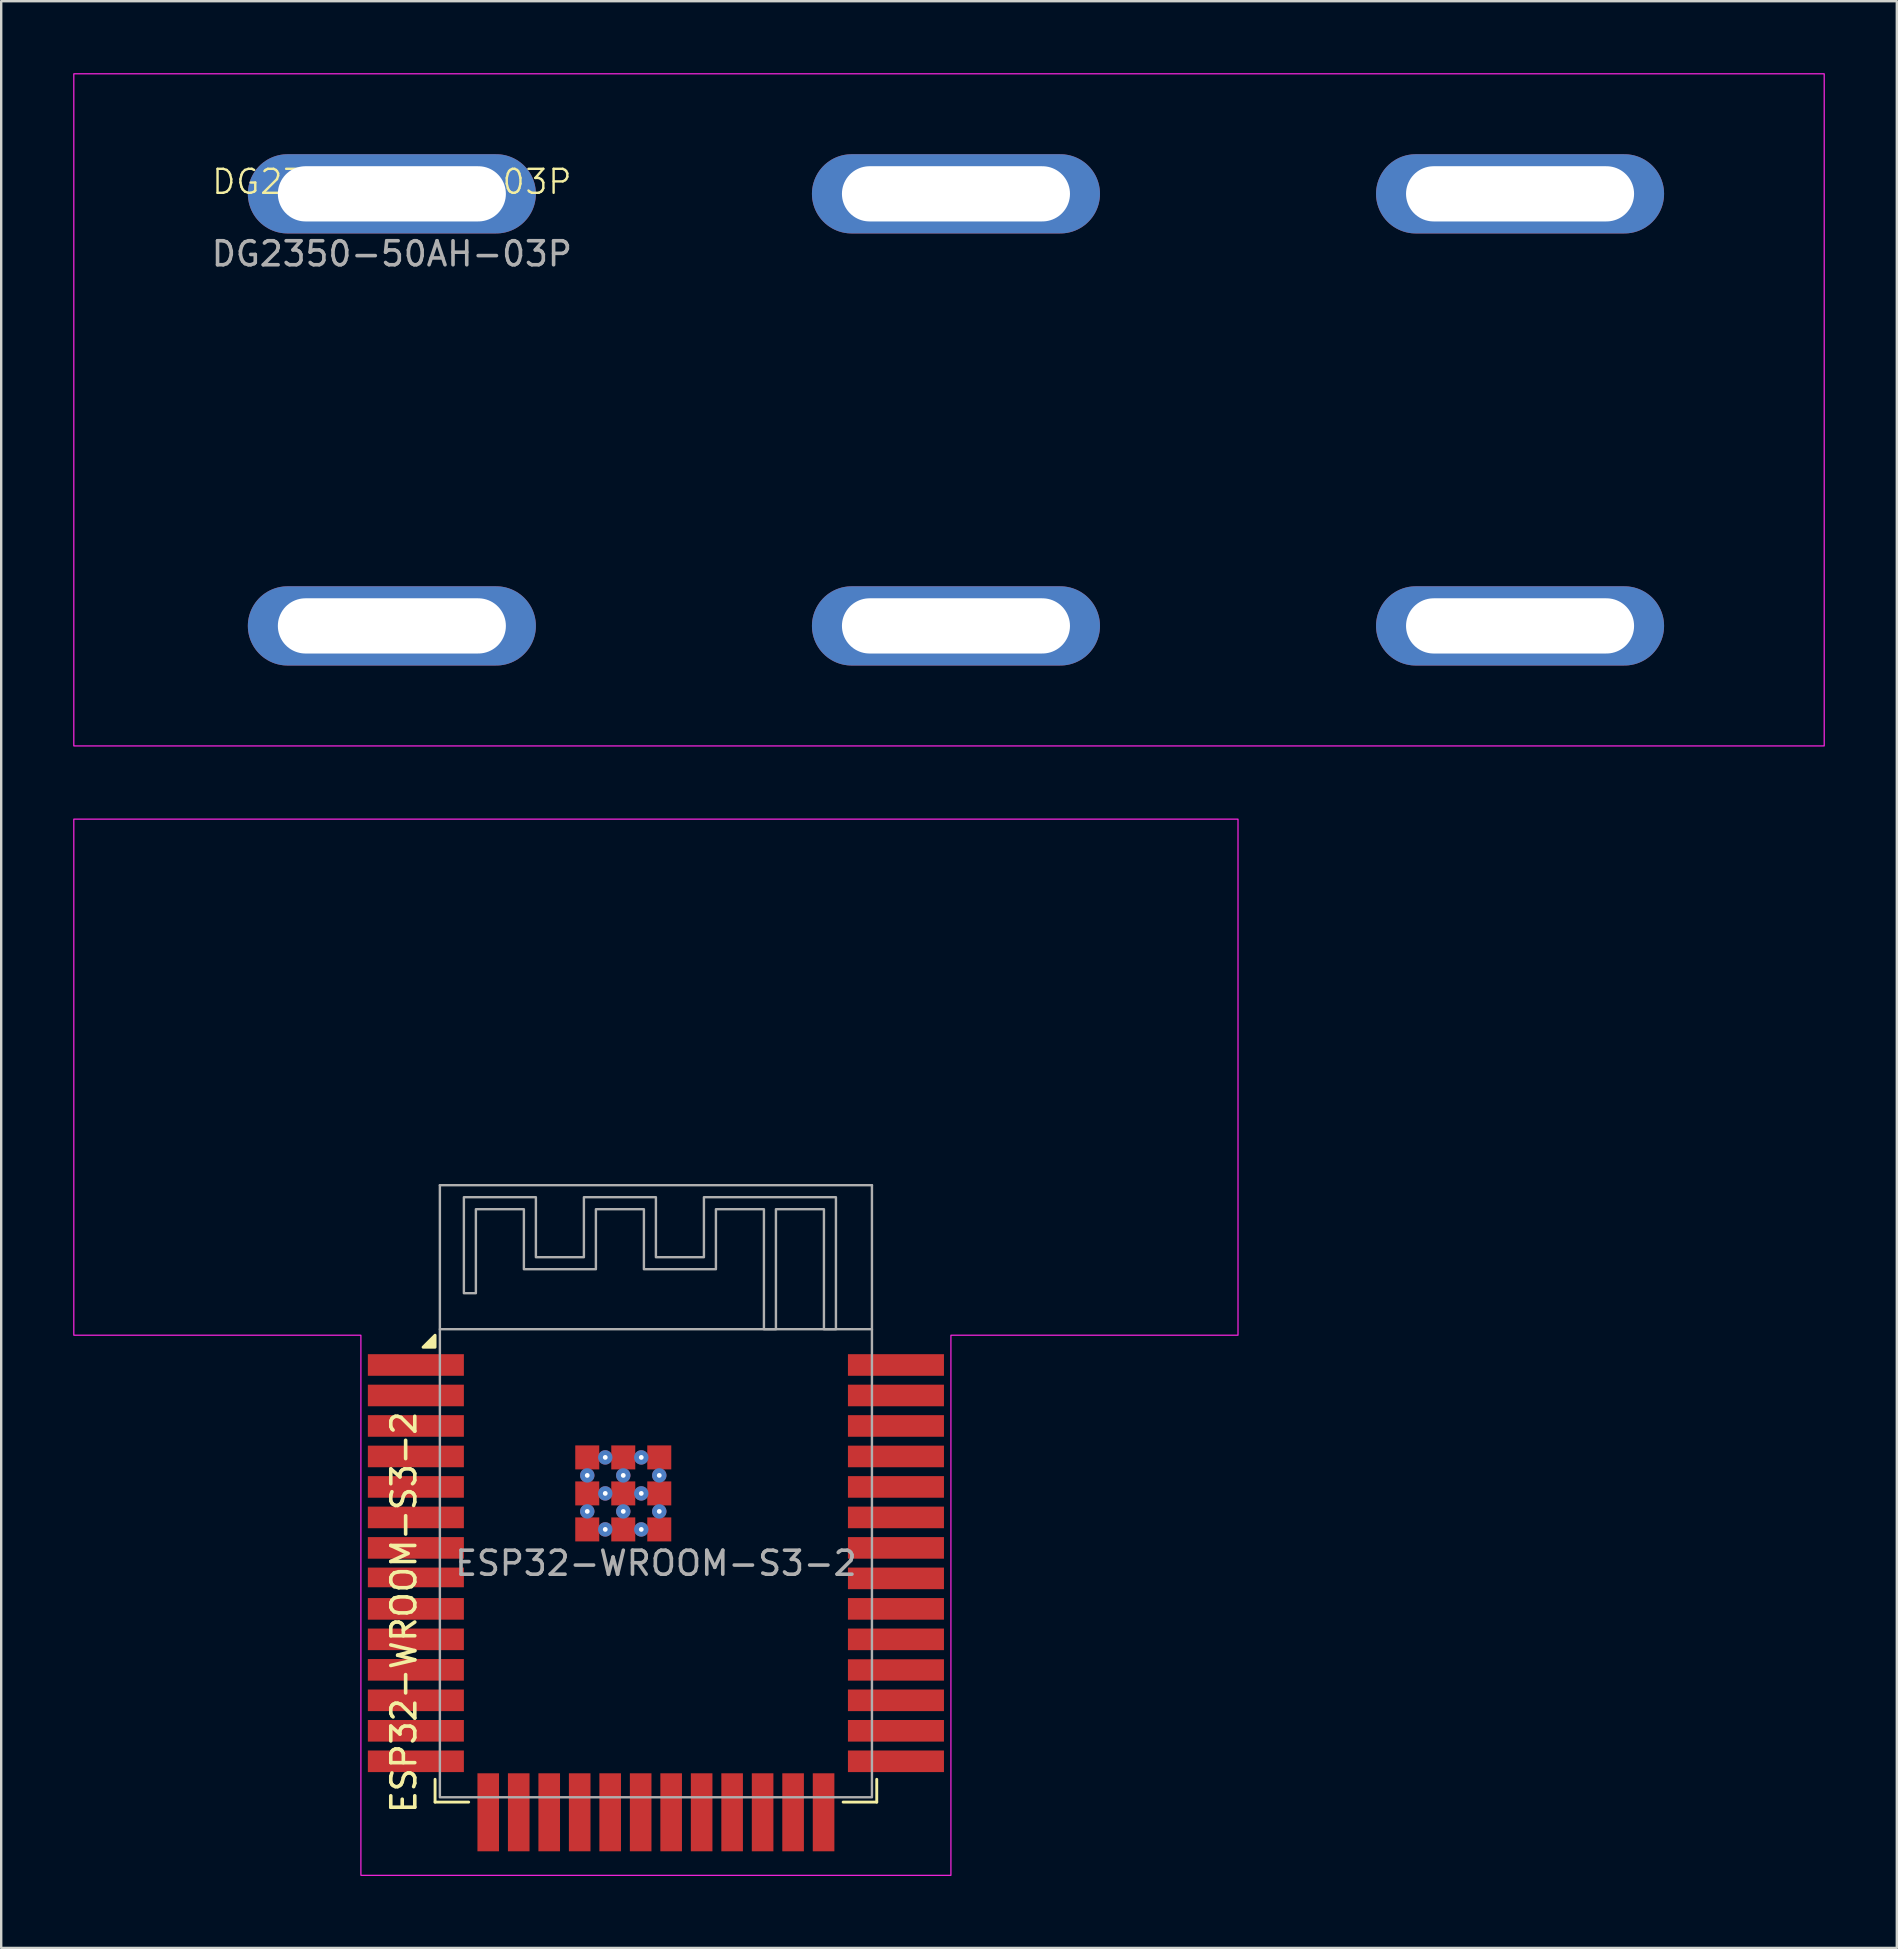
<source format=kicad_pcb>
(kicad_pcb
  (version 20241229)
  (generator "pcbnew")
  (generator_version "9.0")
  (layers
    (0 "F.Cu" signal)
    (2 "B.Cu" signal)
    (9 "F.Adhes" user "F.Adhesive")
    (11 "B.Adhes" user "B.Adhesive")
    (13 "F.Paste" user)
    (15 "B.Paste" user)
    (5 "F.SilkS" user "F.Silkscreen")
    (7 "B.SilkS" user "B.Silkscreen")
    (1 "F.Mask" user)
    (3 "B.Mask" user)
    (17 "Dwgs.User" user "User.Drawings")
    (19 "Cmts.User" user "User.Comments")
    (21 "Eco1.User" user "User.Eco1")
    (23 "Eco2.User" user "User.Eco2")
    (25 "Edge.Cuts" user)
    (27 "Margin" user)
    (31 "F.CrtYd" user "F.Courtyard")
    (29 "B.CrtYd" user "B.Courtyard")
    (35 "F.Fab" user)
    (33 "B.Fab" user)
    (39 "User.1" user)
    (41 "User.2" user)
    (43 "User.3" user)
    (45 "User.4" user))
  (footprint "DG2350-50AH-03P"
    (layer "F.Cu")
    (at 13.275 5.025)
    (property "Reference" "DG2350-50AH-03P" (at 0 -0.5 0) (unlocked yes) (layer "F.SilkS") (effects (font (size 1 1) (thickness 0.1))))
    (attr through_hole)
    (fp_rect (start -13.25 -5) (end 59.671 23) (stroke (width 0.05) (type default)) (fill no) (layer "F.CrtYd"))
    (fp_text user "${REFERENCE}" (at 0 2.5 0) (unlocked yes) (layer "F.Fab") (effects (font (size 1 1) (thickness 0.15))))
    (pad "1" thru_hole oval (at 0 0) (size 12 3.3) (drill oval 9.5 2.3) (layers "*.Cu" "*.Mask"))
    (pad "2" thru_hole oval (at 23.5 0) (size 12 3.3) (drill oval 9.5 2.3) (layers "*.Cu" "*.Mask"))
    (pad "3" thru_hole oval (at 47 0) (size 12 3.3) (drill oval 9.5 2.3) (layers "*.Cu" "*.Mask"))
    (pad "5" thru_hole oval (at 0 18) (size 12 3.3) (drill oval 9.5 2.3) (layers "*.Cu" "*.Mask"))
    (pad "6" thru_hole oval (at 23.5 18) (size 12 3.3) (drill oval 9.5 2.3) (layers "*.Cu" "*.Mask"))
    (pad "7" thru_hole oval (at 47 18) (size 12 3.3) (drill oval 9.5 2.3) (layers "*.Cu" "*.Mask")))
  (footprint "ESP32-WROOM-S3-2"
    (layer "F.Cu")
    (at 24.275 59.075)
    (property "Reference" "ESP32-WROOM-S3-2" (at -10.5 13.5 90) (layer "F.SilkS") (effects (font (size 1 1) (thickness 0.15)) (justify left)))
    (attr smd)
    (fp_line (start -9.2 12.95) (end -9.2 12) (stroke (width 0.12) (type solid)) (layer "F.SilkS"))
    (fp_line (start -7.8 12.95) (end -9.2 12.95) (stroke (width 0.12) (type solid)) (layer "F.SilkS"))
    (fp_line (start 7.8 12.95) (end 9.2 12.95) (stroke (width 0.12) (type solid)) (layer "F.SilkS"))
    (fp_line (start 9.2 12.95) (end 9.2 12) (stroke (width 0.12) (type solid)) (layer "F.SilkS"))
    (fp_poly (pts (xy -9.2 -6) (xy -9.7 -6) (xy -9.2 -6.5) (xy -9.2 -6)) (stroke (width 0.12) (type solid)) (fill yes) (layer "F.SilkS"))
    (fp_poly (pts (xy -24.25 -28) (xy 24.25 -28) (xy 24.25 -6.5) (xy 12.29 -6.5) (xy 12.29 16) (xy -12.29 16) (xy -12.29 -6.5) (xy -24.25 -6.5)) (stroke (width 0.05) (type solid)) (fill no) (layer "F.CrtYd"))
    (fp_line (start -9 -12.75) (end 9 -12.75) (stroke (width 0.1) (type solid)) (layer "F.Fab"))
    (fp_line (start -9 -6.75) (end -9 -12.75) (stroke (width 0.1) (type solid)) (layer "F.Fab"))
    (fp_line (start 9 -12.75) (end 9 -6.75) (stroke (width 0.1) (type solid)) (layer "F.Fab"))
    (fp_rect (start -9 -6.75) (end 9 12.75) (stroke (width 0.1) (type solid)) (fill no) (layer "F.Fab"))
    (fp_poly (pts (xy -5 -9.75) (xy -3 -9.75) (xy -3 -12.25) (xy 0 -12.25) (xy 0 -9.75) (xy 2 -9.75) (xy 2 -12.25) (xy 7.5 -12.25) (xy 7.5 -6.75) (xy 7 -6.75) (xy 7 -11.75) (xy 5 -11.75) (xy 5 -6.75) (xy 4.5 -6.75) (xy 4.5 -11.75) (xy 2.5 -11.75) (xy 2.5 -9.25) (xy -0.5 -9.25) (xy -0.5 -11.75) (xy -2.5 -11.75) (xy -2.5 -9.25) (xy -5.5 -9.25) (xy -5.5 -11.75) (xy -7.5 -11.75) (xy -7.5 -8.25) (xy -8 -8.25) (xy -8 -12.25) (xy -5 -12.25)) (stroke (width 0.1) (type solid)) (fill no) (layer "F.Fab"))
    (fp_text user "${REFERENCE}" (at 0 3 0) (layer "F.Fab") (effects (font (size 1 1) (thickness 0.15))))
    (pad "1" smd rect (at -10 -5.26) (size 4 0.9) (layers "F.Cu" "F.Mask" "F.Paste"))
    (pad "2" smd rect (at -10 -3.99) (size 4 0.9) (layers "F.Cu" "F.Mask" "F.Paste"))
    (pad "3" smd rect (at -10 -2.72) (size 4 0.9) (layers "F.Cu" "F.Mask" "F.Paste"))
    (pad "4" smd rect (at -10 -1.45) (size 4 0.9) (layers "F.Cu" "F.Mask" "F.Paste"))
    (pad "5" smd rect (at -10 -0.18) (size 4 0.9) (layers "F.Cu" "F.Mask" "F.Paste"))
    (pad "6" smd rect (at -10 1.09) (size 4 0.9) (layers "F.Cu" "F.Mask" "F.Paste"))
    (pad "7" smd rect (at -10 2.36) (size 4 0.9) (layers "F.Cu" "F.Mask" "F.Paste"))
    (pad "8" smd rect (at -10 3.59) (size 4 0.82) (layers "F.Cu" "F.Mask" "F.Paste"))
    (pad "9" smd rect (at -10 4.9) (size 4 0.9) (layers "F.Cu" "F.Mask" "F.Paste"))
    (pad "10" smd rect (at -10 6.17) (size 4 0.9) (layers "F.Cu" "F.Mask" "F.Paste"))
    (pad "11" smd rect (at -10 7.44) (size 4 0.9) (layers "F.Cu" "F.Mask" "F.Paste"))
    (pad "12" smd rect (at -10 8.71) (size 4 0.9) (layers "F.Cu" "F.Mask" "F.Paste"))
    (pad "13" smd rect (at -10 9.98) (size 4 0.9) (layers "F.Cu" "F.Mask" "F.Paste"))
    (pad "14" smd rect (at -10 11.25) (size 4 0.9) (layers "F.Cu" "F.Mask" "F.Paste"))
    (pad "15" smd rect (at -6.985 13.375 90) (size 3.25 0.9) (layers "F.Cu" "F.Mask" "F.Paste"))
    (pad "16" smd rect (at -5.715 13.375 90) (size 3.25 0.9) (layers "F.Cu" "F.Mask" "F.Paste"))
    (pad "17" smd rect (at -4.445 13.375 90) (size 3.25 0.9) (layers "F.Cu" "F.Mask" "F.Paste"))
    (pad "18" smd rect (at -3.175 13.375 90) (size 3.25 0.9) (layers "F.Cu" "F.Mask" "F.Paste"))
    (pad "19" smd rect (at -1.905 13.375 90) (size 3.25 0.9) (layers "F.Cu" "F.Mask" "F.Paste"))
    (pad "20" smd rect (at -0.635 13.375 90) (size 3.25 0.9) (layers "F.Cu" "F.Mask" "F.Paste"))
    (pad "21" smd rect (at 0.635 13.375 90) (size 3.25 0.9) (layers "F.Cu" "F.Mask" "F.Paste"))
    (pad "22" smd rect (at 1.905 13.375 90) (size 3.25 0.9) (layers "F.Cu" "F.Mask" "F.Paste"))
    (pad "23" smd rect (at 3.175 13.375 90) (size 3.25 0.9) (layers "F.Cu" "F.Mask" "F.Paste"))
    (pad "24" smd rect (at 4.445 13.375 90) (size 3.25 0.9) (layers "F.Cu" "F.Mask" "F.Paste"))
    (pad "25" smd rect (at 5.715 13.375 90) (size 3.25 0.9) (layers "F.Cu" "F.Mask" "F.Paste"))
    (pad "26" smd rect (at 6.985 13.375 90) (size 3.25 0.9) (layers "F.Cu" "F.Mask" "F.Paste"))
    (pad "27" smd rect (at 10 11.25) (size 4 0.9) (layers "F.Cu" "F.Mask" "F.Paste"))
    (pad "28" smd rect (at 10 9.98) (size 4 0.9) (layers "F.Cu" "F.Mask" "F.Paste"))
    (pad "29" smd rect (at 10 8.71) (size 4 0.9) (layers "F.Cu" "F.Mask" "F.Paste"))
    (pad "30" smd rect (at 10 7.445) (size 4 0.89) (layers "F.Cu" "F.Mask" "F.Paste"))
    (pad "31" smd rect (at 10 6.17) (size 4 0.9) (layers "F.Cu" "F.Mask" "F.Paste"))
    (pad "32" smd rect (at 10 4.9) (size 4 0.9) (layers "F.Cu" "F.Mask" "F.Paste"))
    (pad "33" smd rect (at 10 3.63) (size 4 0.9) (layers "F.Cu" "F.Mask" "F.Paste"))
    (pad "34" smd rect (at 10 2.36) (size 4 0.9) (layers "F.Cu" "F.Mask" "F.Paste"))
    (pad "35" smd rect (at 10 1.09) (size 4 0.9) (layers "F.Cu" "F.Mask" "F.Paste"))
    (pad "36" smd rect (at 10 -0.18) (size 4 0.9) (layers "F.Cu" "F.Mask" "F.Paste"))
    (pad "37" smd rect (at 10 -1.45) (size 4 0.9) (layers "F.Cu" "F.Mask" "F.Paste"))
    (pad "38" smd rect (at 10 -2.72) (size 4 0.9) (layers "F.Cu" "F.Mask" "F.Paste"))
    (pad "39" smd rect (at 10 -3.99) (size 4 0.9) (layers "F.Cu" "F.Mask" "F.Paste"))
    (pad "40" smd rect (at 10 -5.26) (size 4 0.9) (layers "F.Cu" "F.Mask" "F.Paste"))
    (pad "41" smd rect (at -2.86 -1.41) (size 1 1) (layers "F.Cu" "F.Mask" "F.Paste"))
    (pad "41" thru_hole circle (at -2.86 -0.66) (size 0.6 0.6) (drill 0.2) (layers "*.Cu" "*.Mask"))
    (pad "41" smd rect (at -2.86 0.09) (size 1 1) (layers "F.Cu" "F.Mask" "F.Paste"))
    (pad "41" thru_hole circle (at -2.86 0.84) (size 0.6 0.6) (drill 0.2) (layers "*.Cu" "*.Mask"))
    (pad "41" smd rect (at -2.86 1.59) (size 1 1) (layers "F.Cu" "F.Mask" "F.Paste"))
    (pad "41" thru_hole circle (at -2.11 -1.41) (size 0.6 0.6) (drill 0.2) (layers "*.Cu" "*.Mask"))
    (pad "41" thru_hole circle (at -2.11 0.09) (size 0.6 0.6) (drill 0.2) (layers "*.Cu" "*.Mask"))
    (pad "41" thru_hole circle (at -2.11 1.59) (size 0.6 0.6) (drill 0.2) (layers "*.Cu" "*.Mask"))
    (pad "41" smd rect (at -1.36 -1.41) (size 1 1) (layers "F.Cu" "F.Mask" "F.Paste"))
    (pad "41" thru_hole circle (at -1.36 -0.66) (size 0.6 0.6) (drill 0.2) (layers "*.Cu" "*.Mask"))
    (pad "41" smd rect (at -1.36 0.09) (size 1 1) (layers "F.Cu" "F.Mask" "F.Paste"))
    (pad "41" thru_hole circle (at -1.36 0.84) (size 0.6 0.6) (drill 0.2) (layers "*.Cu" "*.Mask"))
    (pad "41" smd rect (at -1.36 1.59) (size 1 1) (layers "F.Cu" "F.Mask" "F.Paste"))
    (pad "41" thru_hole circle (at -0.61 -1.41) (size 0.6 0.6) (drill 0.2) (layers "*.Cu" "*.Mask"))
    (pad "41" thru_hole circle (at -0.61 0.09) (size 0.6 0.6) (drill 0.2) (layers "*.Cu" "*.Mask"))
    (pad "41" thru_hole circle (at -0.61 1.59) (size 0.6 0.6) (drill 0.2) (layers "*.Cu" "*.Mask"))
    (pad "41" smd rect (at 0.14 -1.41) (size 1 1) (layers "F.Cu" "F.Mask" "F.Paste"))
    (pad "41" thru_hole circle (at 0.14 -0.66) (size 0.6 0.6) (drill 0.2) (layers "*.Cu" "*.Mask"))
    (pad "41" smd rect (at 0.14 0.09) (size 1 1) (layers "F.Cu" "F.Mask" "F.Paste"))
    (pad "41" thru_hole circle (at 0.14 0.84) (size 0.6 0.6) (drill 0.2) (layers "*.Cu" "*.Mask"))
    (pad "41" smd rect (at 0.14 1.59) (size 1 1) (layers "F.Cu" "F.Mask" "F.Paste"))
    (zone (net_name "") (layer "F.Cu") (hatch full 0.5) (connect_pads) (min_thickness 0.25) (filled_areas_thickness no) (keepout (tracks not_allowed) (vias not_allowed) (pads not_allowed) (copperpour not_allowed) (footprints not_allowed)) (placement (enabled no)) (fill) (polygon (pts (xy 0.275 31.325) (xy 48.275 31.325) (xy 48.275 52.325) (xy 0.275 52.325)))))
  (gr_rect
    (start -3 -3)
    (end 75.971 78.1)
    (stroke (width 0.1) (type default))
    (fill no)
    (layer "Edge.Cuts")))
</source>
